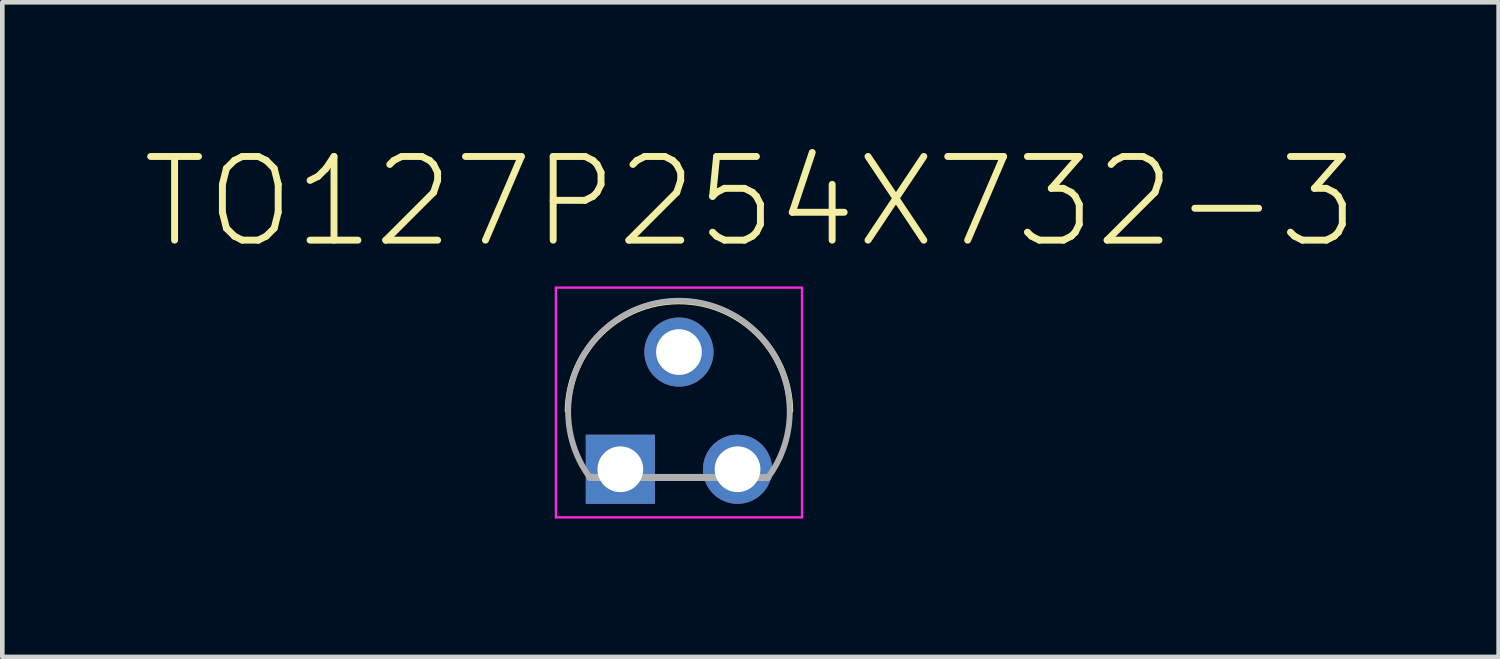
<source format=kicad_pcb>
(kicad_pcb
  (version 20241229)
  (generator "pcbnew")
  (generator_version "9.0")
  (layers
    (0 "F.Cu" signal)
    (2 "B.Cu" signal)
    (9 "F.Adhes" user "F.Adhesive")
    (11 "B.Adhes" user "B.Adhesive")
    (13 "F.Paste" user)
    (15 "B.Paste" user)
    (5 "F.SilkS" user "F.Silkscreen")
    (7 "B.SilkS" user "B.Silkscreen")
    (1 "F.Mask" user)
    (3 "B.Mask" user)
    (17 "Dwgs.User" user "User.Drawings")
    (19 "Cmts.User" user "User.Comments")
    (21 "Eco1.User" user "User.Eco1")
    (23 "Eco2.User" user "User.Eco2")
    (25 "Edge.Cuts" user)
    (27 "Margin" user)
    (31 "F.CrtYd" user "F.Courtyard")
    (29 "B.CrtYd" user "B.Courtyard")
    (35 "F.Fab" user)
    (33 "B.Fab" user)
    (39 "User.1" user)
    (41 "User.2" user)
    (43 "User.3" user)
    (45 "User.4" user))
  (footprint "TO127P254X732-3"
    (layer "F.Cu")
    (at 11.666 4.581)
    (property "Reference" "TO127P254X732-3" (at 1.55 -3.257 0) (layer "F.SilkS") (effects (font (size 1.814 1.814) (thickness 0.15))))
    (attr through_hole)
    (fp_arc (start -2.413 1.27) (mid 0 -1.101249) (end 2.413 1.27) (stroke (width 0.127) (type solid)) (layer "F.SilkS"))
    (fp_line (start -2.667 -1.397) (end 2.667 -1.397) (stroke (width 0.05) (type solid)) (layer "F.CrtYd"))
    (fp_line (start -2.667 3.583) (end -2.667 -1.397) (stroke (width 0.05) (type solid)) (layer "F.CrtYd"))
    (fp_line (start 2.667 -1.397) (end 2.667 3.583) (stroke (width 0.05) (type solid)) (layer "F.CrtYd"))
    (fp_line (start 2.667 3.583) (end -2.667 3.583) (stroke (width 0.05) (type solid)) (layer "F.CrtYd"))
    (fp_line (start -1.93 2.718) (end 1.93 2.718) (stroke (width 0.152) (type solid)) (layer "F.Fab"))
    (fp_arc (start -1.9304 2.7178) (mid 0 -1.112044) (end 1.9304 2.7178) (stroke (width 0.127) (type solid)) (layer "F.Fab"))
    (pad "1" thru_hole rect (at -1.27 2.54) (size 1.499 1.499) (drill 0.991) (layers "*.Cu" "*.Mask"))
    (pad "2" thru_hole circle (at 0 0) (size 1.499 1.499) (drill 0.991) (layers "*.Cu" "*.Mask"))
    (pad "3" thru_hole circle (at 1.27 2.54) (size 1.499 1.499) (drill 0.991) (layers "*.Cu" "*.Mask")))
  (gr_rect
    (start -3 -3)
    (end 29.432 11.189)
    (stroke (width 0.1) (type default))
    (fill no)
    (layer "Edge.Cuts")))
</source>
